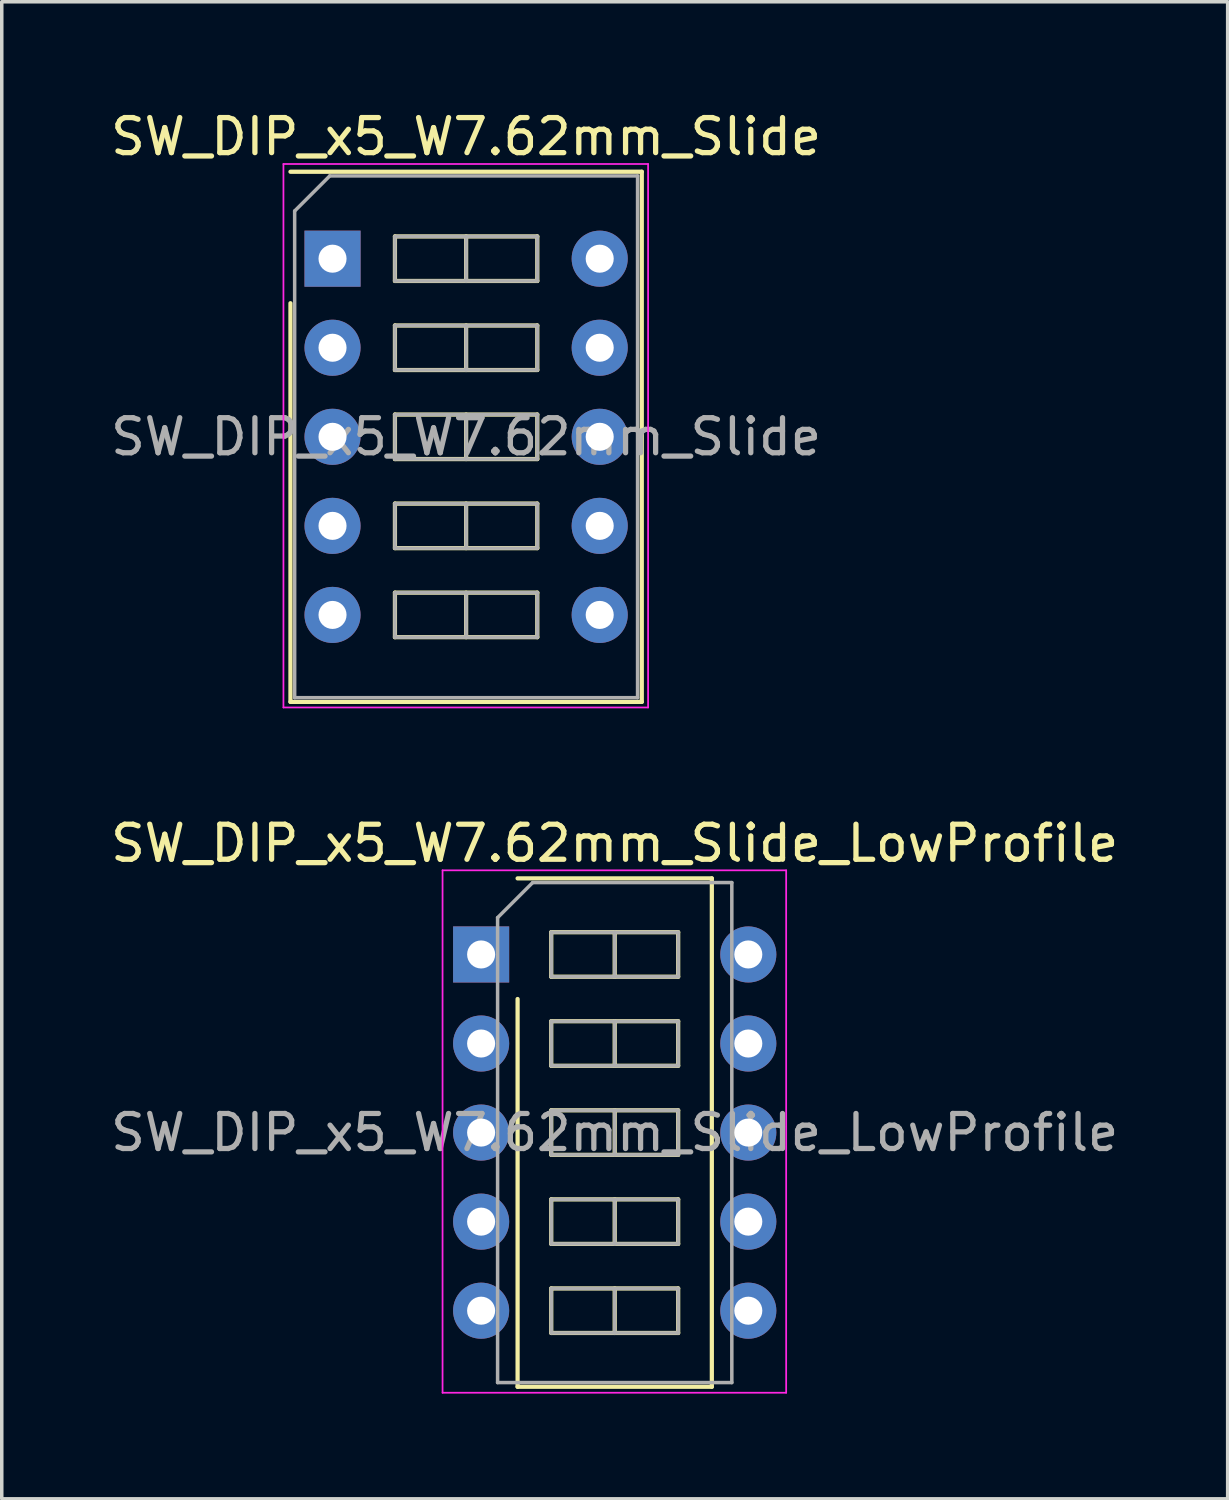
<source format=kicad_pcb>
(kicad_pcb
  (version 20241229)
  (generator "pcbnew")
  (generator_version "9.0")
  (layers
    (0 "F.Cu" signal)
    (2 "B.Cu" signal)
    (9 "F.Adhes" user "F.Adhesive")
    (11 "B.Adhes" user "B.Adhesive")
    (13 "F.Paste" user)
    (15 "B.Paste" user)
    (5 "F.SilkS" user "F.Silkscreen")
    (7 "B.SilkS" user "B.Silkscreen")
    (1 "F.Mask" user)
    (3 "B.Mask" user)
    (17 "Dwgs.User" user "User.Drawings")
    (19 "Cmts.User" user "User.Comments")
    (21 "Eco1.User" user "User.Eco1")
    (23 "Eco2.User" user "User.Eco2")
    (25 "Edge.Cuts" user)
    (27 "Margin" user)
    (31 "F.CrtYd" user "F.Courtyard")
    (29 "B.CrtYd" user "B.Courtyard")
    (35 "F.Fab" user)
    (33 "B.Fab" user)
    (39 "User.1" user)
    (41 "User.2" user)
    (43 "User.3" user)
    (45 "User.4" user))
  (footprint "SW_DIP_x5_W7.62mm_Slide"
    (layer "F.Cu")
    (at 6.434 4.328)
    (property "Reference" "SW_DIP_x5_W7.62mm_Slide" (at 3.81 -3.48 0) (layer "F.SilkS") (effects (font (size 1 1) (thickness 0.15))))
    (attr through_hole)
    (fp_line (start -1.2 -2.48) (end 8.82 -2.48) (stroke (width 0.12) (type solid)) (layer "F.SilkS"))
    (fp_line (start -1.2 12.64) (end -1.2 1.27) (stroke (width 0.12) (type solid)) (layer "F.SilkS"))
    (fp_line (start 1.78 -0.635) (end 1.78 0.635) (stroke (width 0.12) (type solid)) (layer "F.SilkS"))
    (fp_line (start 1.78 0.635) (end 5.84 0.635) (stroke (width 0.12) (type solid)) (layer "F.SilkS"))
    (fp_line (start 1.78 1.905) (end 1.78 3.175) (stroke (width 0.12) (type solid)) (layer "F.SilkS"))
    (fp_line (start 1.78 3.175) (end 5.84 3.175) (stroke (width 0.12) (type solid)) (layer "F.SilkS"))
    (fp_line (start 1.78 4.445) (end 1.78 5.715) (stroke (width 0.12) (type solid)) (layer "F.SilkS"))
    (fp_line (start 1.78 5.715) (end 5.84 5.715) (stroke (width 0.12) (type solid)) (layer "F.SilkS"))
    (fp_line (start 1.78 6.985) (end 1.78 8.255) (stroke (width 0.12) (type solid)) (layer "F.SilkS"))
    (fp_line (start 1.78 8.255) (end 5.84 8.255) (stroke (width 0.12) (type solid)) (layer "F.SilkS"))
    (fp_line (start 1.78 9.525) (end 1.78 10.795) (stroke (width 0.12) (type solid)) (layer "F.SilkS"))
    (fp_line (start 1.78 10.795) (end 5.84 10.795) (stroke (width 0.12) (type solid)) (layer "F.SilkS"))
    (fp_line (start 3.81 -0.635) (end 3.81 0.635) (stroke (width 0.12) (type solid)) (layer "F.SilkS"))
    (fp_line (start 3.81 1.905) (end 3.81 3.175) (stroke (width 0.12) (type solid)) (layer "F.SilkS"))
    (fp_line (start 3.81 4.445) (end 3.81 5.715) (stroke (width 0.12) (type solid)) (layer "F.SilkS"))
    (fp_line (start 3.81 6.985) (end 3.81 8.255) (stroke (width 0.12) (type solid)) (layer "F.SilkS"))
    (fp_line (start 3.81 9.525) (end 3.81 10.795) (stroke (width 0.12) (type solid)) (layer "F.SilkS"))
    (fp_line (start 5.84 -0.635) (end 1.78 -0.635) (stroke (width 0.12) (type solid)) (layer "F.SilkS"))
    (fp_line (start 5.84 0.635) (end 5.84 -0.635) (stroke (width 0.12) (type solid)) (layer "F.SilkS"))
    (fp_line (start 5.84 1.905) (end 1.78 1.905) (stroke (width 0.12) (type solid)) (layer "F.SilkS"))
    (fp_line (start 5.84 3.175) (end 5.84 1.905) (stroke (width 0.12) (type solid)) (layer "F.SilkS"))
    (fp_line (start 5.84 4.445) (end 1.78 4.445) (stroke (width 0.12) (type solid)) (layer "F.SilkS"))
    (fp_line (start 5.84 5.715) (end 5.84 4.445) (stroke (width 0.12) (type solid)) (layer "F.SilkS"))
    (fp_line (start 5.84 6.985) (end 1.78 6.985) (stroke (width 0.12) (type solid)) (layer "F.SilkS"))
    (fp_line (start 5.84 8.255) (end 5.84 6.985) (stroke (width 0.12) (type solid)) (layer "F.SilkS"))
    (fp_line (start 5.84 9.525) (end 1.78 9.525) (stroke (width 0.12) (type solid)) (layer "F.SilkS"))
    (fp_line (start 5.84 10.795) (end 5.84 9.525) (stroke (width 0.12) (type solid)) (layer "F.SilkS"))
    (fp_line (start 8.82 -2.48) (end 8.82 12.64) (stroke (width 0.12) (type solid)) (layer "F.SilkS"))
    (fp_line (start 8.82 12.64) (end -1.2 12.64) (stroke (width 0.12) (type solid)) (layer "F.SilkS"))
    (fp_line (start -1.4 -2.7) (end -1.4 12.8) (stroke (width 0.05) (type solid)) (layer "F.CrtYd"))
    (fp_line (start -1.4 12.8) (end 9 12.8) (stroke (width 0.05) (type solid)) (layer "F.CrtYd"))
    (fp_line (start 9 -2.7) (end -1.4 -2.7) (stroke (width 0.05) (type solid)) (layer "F.CrtYd"))
    (fp_line (start 9 12.8) (end 9 -2.7) (stroke (width 0.05) (type solid)) (layer "F.CrtYd"))
    (fp_line (start -1.08 -1.36) (end -0.08 -2.36) (stroke (width 0.1) (type solid)) (layer "F.Fab"))
    (fp_line (start -1.08 12.52) (end -1.08 -1.36) (stroke (width 0.1) (type solid)) (layer "F.Fab"))
    (fp_line (start -0.08 -2.36) (end 8.7 -2.36) (stroke (width 0.1) (type solid)) (layer "F.Fab"))
    (fp_line (start 1.78 -0.635) (end 1.78 0.635) (stroke (width 0.1) (type solid)) (layer "F.Fab"))
    (fp_line (start 1.78 0.635) (end 5.84 0.635) (stroke (width 0.1) (type solid)) (layer "F.Fab"))
    (fp_line (start 1.78 1.905) (end 1.78 3.175) (stroke (width 0.1) (type solid)) (layer "F.Fab"))
    (fp_line (start 1.78 3.175) (end 5.84 3.175) (stroke (width 0.1) (type solid)) (layer "F.Fab"))
    (fp_line (start 1.78 4.445) (end 1.78 5.715) (stroke (width 0.1) (type solid)) (layer "F.Fab"))
    (fp_line (start 1.78 5.715) (end 5.84 5.715) (stroke (width 0.1) (type solid)) (layer "F.Fab"))
    (fp_line (start 1.78 6.985) (end 1.78 8.255) (stroke (width 0.1) (type solid)) (layer "F.Fab"))
    (fp_line (start 1.78 8.255) (end 5.84 8.255) (stroke (width 0.1) (type solid)) (layer "F.Fab"))
    (fp_line (start 1.78 9.525) (end 1.78 10.795) (stroke (width 0.1) (type solid)) (layer "F.Fab"))
    (fp_line (start 1.78 10.795) (end 5.84 10.795) (stroke (width 0.1) (type solid)) (layer "F.Fab"))
    (fp_line (start 3.81 -0.635) (end 3.81 0.635) (stroke (width 0.1) (type solid)) (layer "F.Fab"))
    (fp_line (start 3.81 1.905) (end 3.81 3.175) (stroke (width 0.1) (type solid)) (layer "F.Fab"))
    (fp_line (start 3.81 4.445) (end 3.81 5.715) (stroke (width 0.1) (type solid)) (layer "F.Fab"))
    (fp_line (start 3.81 6.985) (end 3.81 8.255) (stroke (width 0.1) (type solid)) (layer "F.Fab"))
    (fp_line (start 3.81 9.525) (end 3.81 10.795) (stroke (width 0.1) (type solid)) (layer "F.Fab"))
    (fp_line (start 5.84 -0.635) (end 1.78 -0.635) (stroke (width 0.1) (type solid)) (layer "F.Fab"))
    (fp_line (start 5.84 0.635) (end 5.84 -0.635) (stroke (width 0.1) (type solid)) (layer "F.Fab"))
    (fp_line (start 5.84 1.905) (end 1.78 1.905) (stroke (width 0.1) (type solid)) (layer "F.Fab"))
    (fp_line (start 5.84 3.175) (end 5.84 1.905) (stroke (width 0.1) (type solid)) (layer "F.Fab"))
    (fp_line (start 5.84 4.445) (end 1.78 4.445) (stroke (width 0.1) (type solid)) (layer "F.Fab"))
    (fp_line (start 5.84 5.715) (end 5.84 4.445) (stroke (width 0.1) (type solid)) (layer "F.Fab"))
    (fp_line (start 5.84 6.985) (end 1.78 6.985) (stroke (width 0.1) (type solid)) (layer "F.Fab"))
    (fp_line (start 5.84 8.255) (end 5.84 6.985) (stroke (width 0.1) (type solid)) (layer "F.Fab"))
    (fp_line (start 5.84 9.525) (end 1.78 9.525) (stroke (width 0.1) (type solid)) (layer "F.Fab"))
    (fp_line (start 5.84 10.795) (end 5.84 9.525) (stroke (width 0.1) (type solid)) (layer "F.Fab"))
    (fp_line (start 8.7 -2.36) (end 8.7 12.52) (stroke (width 0.1) (type solid)) (layer "F.Fab"))
    (fp_line (start 8.7 12.52) (end -1.08 12.52) (stroke (width 0.1) (type solid)) (layer "F.Fab"))
    (fp_text user "${REFERENCE}" (at 3.81 5.08 0) (layer "F.Fab") (effects (font (size 1 1) (thickness 0.15))))
    (pad "1" thru_hole rect (at 0 0) (size 1.6 1.6) (drill 0.8) (layers "*.Cu" "*.Mask"))
    (pad "2" thru_hole oval (at 0 2.54) (size 1.6 1.6) (drill 0.8) (layers "*.Cu" "*.Mask"))
    (pad "3" thru_hole oval (at 0 5.08) (size 1.6 1.6) (drill 0.8) (layers "*.Cu" "*.Mask"))
    (pad "4" thru_hole oval (at 0 7.62) (size 1.6 1.6) (drill 0.8) (layers "*.Cu" "*.Mask"))
    (pad "5" thru_hole oval (at 0 10.16) (size 1.6 1.6) (drill 0.8) (layers "*.Cu" "*.Mask"))
    (pad "6" thru_hole oval (at 7.62 10.16) (size 1.6 1.6) (drill 0.8) (layers "*.Cu" "*.Mask"))
    (pad "7" thru_hole oval (at 7.62 7.62) (size 1.6 1.6) (drill 0.8) (layers "*.Cu" "*.Mask"))
    (pad "8" thru_hole oval (at 7.62 5.08) (size 1.6 1.6) (drill 0.8) (layers "*.Cu" "*.Mask"))
    (pad "9" thru_hole oval (at 7.62 2.54) (size 1.6 1.6) (drill 0.8) (layers "*.Cu" "*.Mask"))
    (pad "10" thru_hole oval (at 7.62 0) (size 1.6 1.6) (drill 0.8) (layers "*.Cu" "*.Mask")))
  (footprint "SW_DIP_x5_W7.62mm_Slide_LowProfile"
    (layer "F.Cu")
    (at 10.672 24.172)
    (property "Reference" "SW_DIP_x5_W7.62mm_Slide_LowProfile" (at 3.81 -3.17 0) (layer "F.SilkS") (effects (font (size 1 1) (thickness 0.15))))
    (attr through_hole)
    (fp_line (start 1.04 -2.17) (end 6.58 -2.17) (stroke (width 0.12) (type solid)) (layer "F.SilkS"))
    (fp_line (start 1.04 12.33) (end 1.04 1.27) (stroke (width 0.12) (type solid)) (layer "F.SilkS"))
    (fp_line (start 2 -0.635) (end 2 0.635) (stroke (width 0.12) (type solid)) (layer "F.SilkS"))
    (fp_line (start 2 0.635) (end 5.62 0.635) (stroke (width 0.12) (type solid)) (layer "F.SilkS"))
    (fp_line (start 2 1.905) (end 2 3.175) (stroke (width 0.12) (type solid)) (layer "F.SilkS"))
    (fp_line (start 2 3.175) (end 5.62 3.175) (stroke (width 0.12) (type solid)) (layer "F.SilkS"))
    (fp_line (start 2 4.445) (end 2 5.715) (stroke (width 0.12) (type solid)) (layer "F.SilkS"))
    (fp_line (start 2 5.715) (end 5.62 5.715) (stroke (width 0.12) (type solid)) (layer "F.SilkS"))
    (fp_line (start 2 6.985) (end 2 8.255) (stroke (width 0.12) (type solid)) (layer "F.SilkS"))
    (fp_line (start 2 8.255) (end 5.62 8.255) (stroke (width 0.12) (type solid)) (layer "F.SilkS"))
    (fp_line (start 2 9.525) (end 2 10.795) (stroke (width 0.12) (type solid)) (layer "F.SilkS"))
    (fp_line (start 2 10.795) (end 5.62 10.795) (stroke (width 0.12) (type solid)) (layer "F.SilkS"))
    (fp_line (start 3.81 -0.635) (end 3.81 0.635) (stroke (width 0.12) (type solid)) (layer "F.SilkS"))
    (fp_line (start 3.81 1.905) (end 3.81 3.175) (stroke (width 0.12) (type solid)) (layer "F.SilkS"))
    (fp_line (start 3.81 4.445) (end 3.81 5.715) (stroke (width 0.12) (type solid)) (layer "F.SilkS"))
    (fp_line (start 3.81 6.985) (end 3.81 8.255) (stroke (width 0.12) (type solid)) (layer "F.SilkS"))
    (fp_line (start 3.81 9.525) (end 3.81 10.795) (stroke (width 0.12) (type solid)) (layer "F.SilkS"))
    (fp_line (start 5.62 -0.635) (end 2 -0.635) (stroke (width 0.12) (type solid)) (layer "F.SilkS"))
    (fp_line (start 5.62 0.635) (end 5.62 -0.635) (stroke (width 0.12) (type solid)) (layer "F.SilkS"))
    (fp_line (start 5.62 1.905) (end 2 1.905) (stroke (width 0.12) (type solid)) (layer "F.SilkS"))
    (fp_line (start 5.62 3.175) (end 5.62 1.905) (stroke (width 0.12) (type solid)) (layer "F.SilkS"))
    (fp_line (start 5.62 4.445) (end 2 4.445) (stroke (width 0.12) (type solid)) (layer "F.SilkS"))
    (fp_line (start 5.62 5.715) (end 5.62 4.445) (stroke (width 0.12) (type solid)) (layer "F.SilkS"))
    (fp_line (start 5.62 6.985) (end 2 6.985) (stroke (width 0.12) (type solid)) (layer "F.SilkS"))
    (fp_line (start 5.62 8.255) (end 5.62 6.985) (stroke (width 0.12) (type solid)) (layer "F.SilkS"))
    (fp_line (start 5.62 9.525) (end 2 9.525) (stroke (width 0.12) (type solid)) (layer "F.SilkS"))
    (fp_line (start 5.62 10.795) (end 5.62 9.525) (stroke (width 0.12) (type solid)) (layer "F.SilkS"))
    (fp_line (start 6.58 -2.17) (end 6.58 12.33) (stroke (width 0.12) (type solid)) (layer "F.SilkS"))
    (fp_line (start 6.58 12.33) (end 1.04 12.33) (stroke (width 0.12) (type solid)) (layer "F.SilkS"))
    (fp_line (start -1.1 -2.4) (end -1.1 12.5) (stroke (width 0.05) (type solid)) (layer "F.CrtYd"))
    (fp_line (start -1.1 12.5) (end 8.7 12.5) (stroke (width 0.05) (type solid)) (layer "F.CrtYd"))
    (fp_line (start 8.7 -2.4) (end -1.1 -2.4) (stroke (width 0.05) (type solid)) (layer "F.CrtYd"))
    (fp_line (start 8.7 12.5) (end 8.7 -2.4) (stroke (width 0.05) (type solid)) (layer "F.CrtYd"))
    (fp_line (start 0.47 -1.05) (end 1.47 -2.05) (stroke (width 0.1) (type solid)) (layer "F.Fab"))
    (fp_line (start 0.47 12.21) (end 0.47 -1.05) (stroke (width 0.1) (type solid)) (layer "F.Fab"))
    (fp_line (start 1.47 -2.05) (end 7.15 -2.05) (stroke (width 0.1) (type solid)) (layer "F.Fab"))
    (fp_line (start 2 -0.635) (end 2 0.635) (stroke (width 0.1) (type solid)) (layer "F.Fab"))
    (fp_line (start 2 0.635) (end 5.62 0.635) (stroke (width 0.1) (type solid)) (layer "F.Fab"))
    (fp_line (start 2 1.905) (end 2 3.175) (stroke (width 0.1) (type solid)) (layer "F.Fab"))
    (fp_line (start 2 3.175) (end 5.62 3.175) (stroke (width 0.1) (type solid)) (layer "F.Fab"))
    (fp_line (start 2 4.445) (end 2 5.715) (stroke (width 0.1) (type solid)) (layer "F.Fab"))
    (fp_line (start 2 5.715) (end 5.62 5.715) (stroke (width 0.1) (type solid)) (layer "F.Fab"))
    (fp_line (start 2 6.985) (end 2 8.255) (stroke (width 0.1) (type solid)) (layer "F.Fab"))
    (fp_line (start 2 8.255) (end 5.62 8.255) (stroke (width 0.1) (type solid)) (layer "F.Fab"))
    (fp_line (start 2 9.525) (end 2 10.795) (stroke (width 0.1) (type solid)) (layer "F.Fab"))
    (fp_line (start 2 10.795) (end 5.62 10.795) (stroke (width 0.1) (type solid)) (layer "F.Fab"))
    (fp_line (start 3.81 -0.635) (end 3.81 0.635) (stroke (width 0.1) (type solid)) (layer "F.Fab"))
    (fp_line (start 3.81 1.905) (end 3.81 3.175) (stroke (width 0.1) (type solid)) (layer "F.Fab"))
    (fp_line (start 3.81 4.445) (end 3.81 5.715) (stroke (width 0.1) (type solid)) (layer "F.Fab"))
    (fp_line (start 3.81 6.985) (end 3.81 8.255) (stroke (width 0.1) (type solid)) (layer "F.Fab"))
    (fp_line (start 3.81 9.525) (end 3.81 10.795) (stroke (width 0.1) (type solid)) (layer "F.Fab"))
    (fp_line (start 5.62 -0.635) (end 2 -0.635) (stroke (width 0.1) (type solid)) (layer "F.Fab"))
    (fp_line (start 5.62 0.635) (end 5.62 -0.635) (stroke (width 0.1) (type solid)) (layer "F.Fab"))
    (fp_line (start 5.62 1.905) (end 2 1.905) (stroke (width 0.1) (type solid)) (layer "F.Fab"))
    (fp_line (start 5.62 3.175) (end 5.62 1.905) (stroke (width 0.1) (type solid)) (layer "F.Fab"))
    (fp_line (start 5.62 4.445) (end 2 4.445) (stroke (width 0.1) (type solid)) (layer "F.Fab"))
    (fp_line (start 5.62 5.715) (end 5.62 4.445) (stroke (width 0.1) (type solid)) (layer "F.Fab"))
    (fp_line (start 5.62 6.985) (end 2 6.985) (stroke (width 0.1) (type solid)) (layer "F.Fab"))
    (fp_line (start 5.62 8.255) (end 5.62 6.985) (stroke (width 0.1) (type solid)) (layer "F.Fab"))
    (fp_line (start 5.62 9.525) (end 2 9.525) (stroke (width 0.1) (type solid)) (layer "F.Fab"))
    (fp_line (start 5.62 10.795) (end 5.62 9.525) (stroke (width 0.1) (type solid)) (layer "F.Fab"))
    (fp_line (start 7.15 -2.05) (end 7.15 12.21) (stroke (width 0.1) (type solid)) (layer "F.Fab"))
    (fp_line (start 7.15 12.21) (end 0.47 12.21) (stroke (width 0.1) (type solid)) (layer "F.Fab"))
    (fp_text user "${REFERENCE}" (at 3.81 5.08 0) (layer "F.Fab") (effects (font (size 1 1) (thickness 0.15))))
    (pad "1" thru_hole rect (at 0 0) (size 1.6 1.6) (drill 0.8) (layers "*.Cu" "*.Mask"))
    (pad "2" thru_hole oval (at 0 2.54) (size 1.6 1.6) (drill 0.8) (layers "*.Cu" "*.Mask"))
    (pad "3" thru_hole oval (at 0 5.08) (size 1.6 1.6) (drill 0.8) (layers "*.Cu" "*.Mask"))
    (pad "4" thru_hole oval (at 0 7.62) (size 1.6 1.6) (drill 0.8) (layers "*.Cu" "*.Mask"))
    (pad "5" thru_hole oval (at 0 10.16) (size 1.6 1.6) (drill 0.8) (layers "*.Cu" "*.Mask"))
    (pad "6" thru_hole oval (at 7.62 10.16) (size 1.6 1.6) (drill 0.8) (layers "*.Cu" "*.Mask"))
    (pad "7" thru_hole oval (at 7.62 7.62) (size 1.6 1.6) (drill 0.8) (layers "*.Cu" "*.Mask"))
    (pad "8" thru_hole oval (at 7.62 5.08) (size 1.6 1.6) (drill 0.8) (layers "*.Cu" "*.Mask"))
    (pad "9" thru_hole oval (at 7.62 2.54) (size 1.6 1.6) (drill 0.8) (layers "*.Cu" "*.Mask"))
    (pad "10" thru_hole oval (at 7.62 0) (size 1.6 1.6) (drill 0.8) (layers "*.Cu" "*.Mask")))
  (gr_rect
    (start -3 -3)
    (end 31.964 39.697)
    (stroke (width 0.1) (type default))
    (fill no)
    (layer "Edge.Cuts")))
</source>
